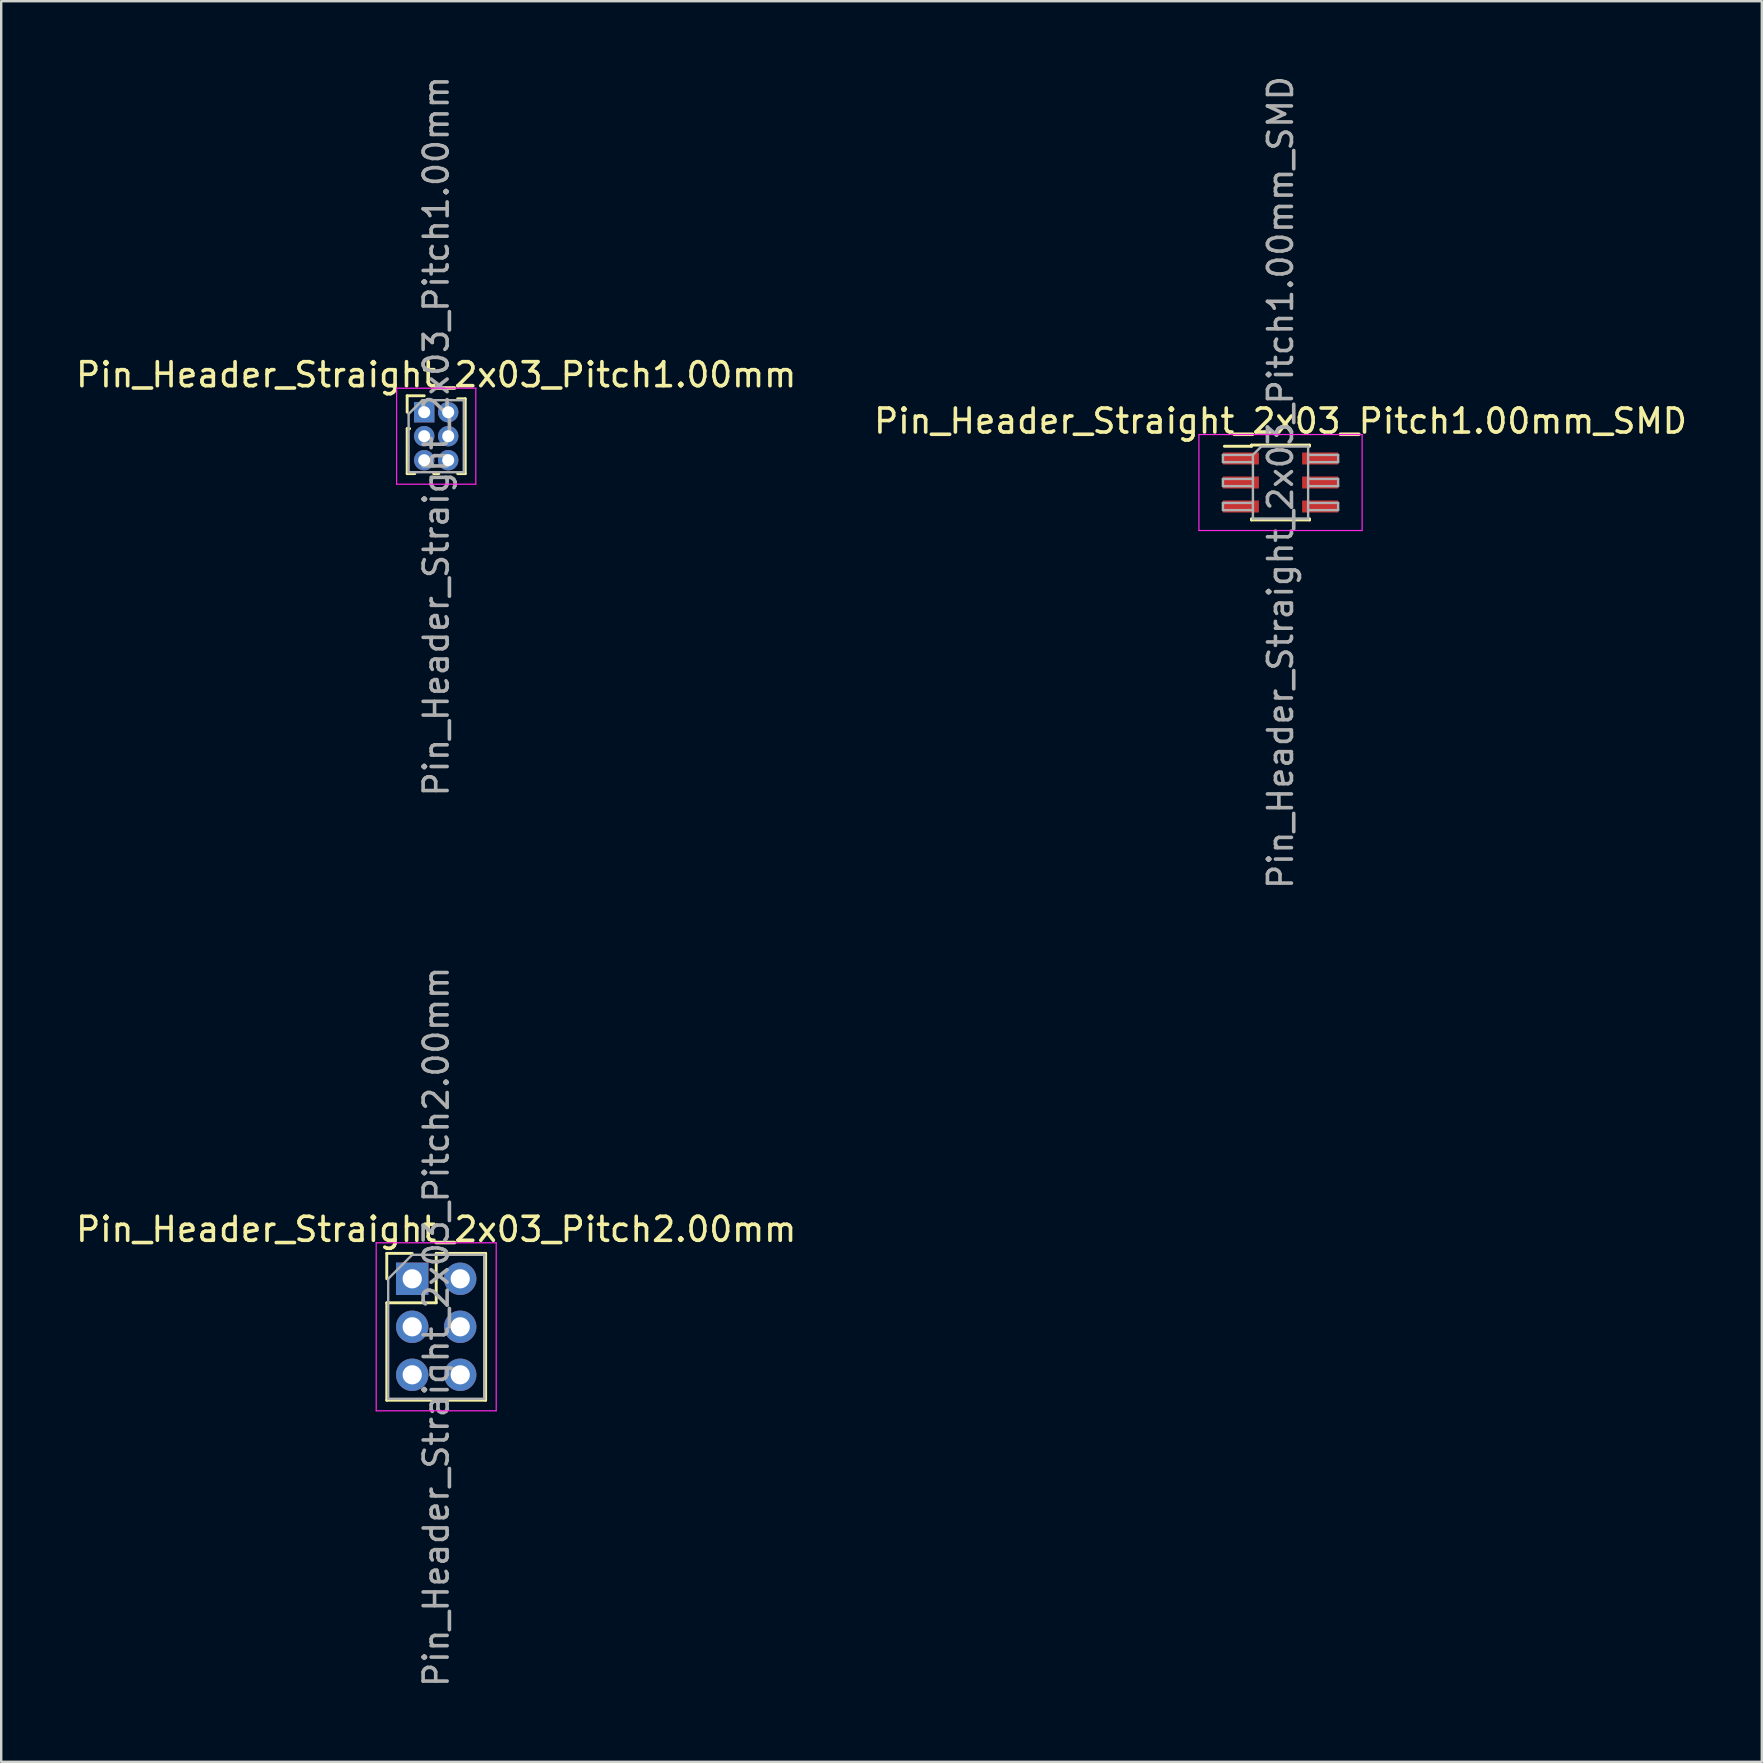
<source format=kicad_pcb>
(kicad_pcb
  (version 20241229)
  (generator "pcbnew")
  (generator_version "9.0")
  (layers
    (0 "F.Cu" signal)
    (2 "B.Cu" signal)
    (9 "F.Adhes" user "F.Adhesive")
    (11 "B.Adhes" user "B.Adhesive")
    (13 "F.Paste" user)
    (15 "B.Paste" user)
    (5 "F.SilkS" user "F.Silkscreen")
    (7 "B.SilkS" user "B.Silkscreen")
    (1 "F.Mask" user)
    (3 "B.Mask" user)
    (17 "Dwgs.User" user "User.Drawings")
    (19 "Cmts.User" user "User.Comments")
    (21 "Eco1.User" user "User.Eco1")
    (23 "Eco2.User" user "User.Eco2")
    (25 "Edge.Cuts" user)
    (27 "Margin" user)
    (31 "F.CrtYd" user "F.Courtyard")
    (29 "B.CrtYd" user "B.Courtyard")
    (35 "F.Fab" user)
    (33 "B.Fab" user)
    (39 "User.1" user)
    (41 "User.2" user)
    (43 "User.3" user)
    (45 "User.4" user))
  (footprint "Pin_Header_Straight_2x03_Pitch2.00mm"
    (layer "F.Cu")
    (at 14.125 50.232)
    (property "Reference" "Pin_Header_Straight_2x03_Pitch2.00mm" (at 1 -2.06 0) (layer "F.SilkS") (effects (font (size 1 1) (thickness 0.15))))
    (attr through_hole)
    (fp_line (start -1.06 -1.06) (end 0 -1.06) (stroke (width 0.12) (type solid)) (layer "F.SilkS"))
    (fp_line (start -1.06 0) (end -1.06 -1.06) (stroke (width 0.12) (type solid)) (layer "F.SilkS"))
    (fp_line (start -1.06 1) (end -1.06 5.06) (stroke (width 0.12) (type solid)) (layer "F.SilkS"))
    (fp_line (start -1.06 1) (end 1 1) (stroke (width 0.12) (type solid)) (layer "F.SilkS"))
    (fp_line (start -1.06 5.06) (end 3.06 5.06) (stroke (width 0.12) (type solid)) (layer "F.SilkS"))
    (fp_line (start 1 -1.06) (end 3.06 -1.06) (stroke (width 0.12) (type solid)) (layer "F.SilkS"))
    (fp_line (start 1 1) (end 1 -1.06) (stroke (width 0.12) (type solid)) (layer "F.SilkS"))
    (fp_line (start 3.06 -1.06) (end 3.06 5.06) (stroke (width 0.12) (type solid)) (layer "F.SilkS"))
    (fp_line (start -1.5 -1.5) (end -1.5 5.5) (stroke (width 0.05) (type solid)) (layer "F.CrtYd"))
    (fp_line (start -1.5 5.5) (end 3.5 5.5) (stroke (width 0.05) (type solid)) (layer "F.CrtYd"))
    (fp_line (start 3.5 -1.5) (end -1.5 -1.5) (stroke (width 0.05) (type solid)) (layer "F.CrtYd"))
    (fp_line (start 3.5 5.5) (end 3.5 -1.5) (stroke (width 0.05) (type solid)) (layer "F.CrtYd"))
    (fp_line (start -1 0) (end 0 -1) (stroke (width 0.1) (type solid)) (layer "F.Fab"))
    (fp_line (start -1 5) (end -1 0) (stroke (width 0.1) (type solid)) (layer "F.Fab"))
    (fp_line (start 0 -1) (end 3 -1) (stroke (width 0.1) (type solid)) (layer "F.Fab"))
    (fp_line (start 3 -1) (end 3 5) (stroke (width 0.1) (type solid)) (layer "F.Fab"))
    (fp_line (start 3 5) (end -1 5) (stroke (width 0.1) (type solid)) (layer "F.Fab"))
    (fp_text user "${REFERENCE}" (at 1 2 90) (layer "F.Fab") (effects (font (size 1 1) (thickness 0.15))))
    (pad "1" thru_hole rect (at 0 0) (size 1.35 1.35) (drill 0.8) (layers "*.Cu" "*.Mask"))
    (pad "2" thru_hole oval (at 2 0) (size 1.35 1.35) (drill 0.8) (layers "*.Cu" "*.Mask"))
    (pad "3" thru_hole oval (at 0 2) (size 1.35 1.35) (drill 0.8) (layers "*.Cu" "*.Mask"))
    (pad "4" thru_hole oval (at 2 2) (size 1.35 1.35) (drill 0.8) (layers "*.Cu" "*.Mask"))
    (pad "5" thru_hole oval (at 0 4) (size 1.35 1.35) (drill 0.8) (layers "*.Cu" "*.Mask"))
    (pad "6" thru_hole oval (at 2 4) (size 1.35 1.35) (drill 0.8) (layers "*.Cu" "*.Mask")))
  (footprint "Pin_Header_Straight_2x03_Pitch1.00mm"
    (layer "F.Cu")
    (at 14.625 14.125)
    (property "Reference" "Pin_Header_Straight_2x03_Pitch1.00mm" (at 0.5 -1.56 0) (layer "F.SilkS") (effects (font (size 1 1) (thickness 0.15))))
    (attr through_hole)
    (fp_line (start -0.71 -0.685) (end 0 -0.685) (stroke (width 0.12) (type solid)) (layer "F.SilkS"))
    (fp_line (start -0.71 0) (end -0.71 -0.685) (stroke (width 0.12) (type solid)) (layer "F.SilkS"))
    (fp_line (start -0.71 0.685) (end -0.71 2.56) (stroke (width 0.12) (type solid)) (layer "F.SilkS"))
    (fp_line (start -0.71 0.685) (end -0.608 0.685) (stroke (width 0.12) (type solid)) (layer "F.SilkS"))
    (fp_line (start -0.71 2.56) (end -0.394 2.56) (stroke (width 0.12) (type solid)) (layer "F.SilkS"))
    (fp_line (start 0.394 2.56) (end 0.606 2.56) (stroke (width 0.12) (type solid)) (layer "F.SilkS"))
    (fp_line (start 1.394 -0.56) (end 1.71 -0.56) (stroke (width 0.12) (type solid)) (layer "F.SilkS"))
    (fp_line (start 1.394 2.56) (end 1.71 2.56) (stroke (width 0.12) (type solid)) (layer "F.SilkS"))
    (fp_line (start 1.71 -0.56) (end 1.71 2.56) (stroke (width 0.12) (type solid)) (layer "F.SilkS"))
    (fp_line (start -1.15 -1) (end -1.15 3) (stroke (width 0.05) (type solid)) (layer "F.CrtYd"))
    (fp_line (start -1.15 3) (end 2.15 3) (stroke (width 0.05) (type solid)) (layer "F.CrtYd"))
    (fp_line (start 2.15 -1) (end -1.15 -1) (stroke (width 0.05) (type solid)) (layer "F.CrtYd"))
    (fp_line (start 2.15 3) (end 2.15 -1) (stroke (width 0.05) (type solid)) (layer "F.CrtYd"))
    (fp_line (start -0.65 0.075) (end -0.075 -0.5) (stroke (width 0.1) (type solid)) (layer "F.Fab"))
    (fp_line (start -0.65 2.5) (end -0.65 0.075) (stroke (width 0.1) (type solid)) (layer "F.Fab"))
    (fp_line (start -0.075 -0.5) (end 1.65 -0.5) (stroke (width 0.1) (type solid)) (layer "F.Fab"))
    (fp_line (start 1.65 -0.5) (end 1.65 2.5) (stroke (width 0.1) (type solid)) (layer "F.Fab"))
    (fp_line (start 1.65 2.5) (end -0.65 2.5) (stroke (width 0.1) (type solid)) (layer "F.Fab"))
    (fp_text user "${REFERENCE}" (at 0.5 1 90) (layer "F.Fab") (effects (font (size 1 1) (thickness 0.15))))
    (pad "1" thru_hole rect (at 0 0) (size 0.85 0.85) (drill 0.5) (layers "*.Cu" "*.Mask"))
    (pad "2" thru_hole oval (at 1 0) (size 0.85 0.85) (drill 0.5) (layers "*.Cu" "*.Mask"))
    (pad "3" thru_hole oval (at 0 1) (size 0.85 0.85) (drill 0.5) (layers "*.Cu" "*.Mask"))
    (pad "4" thru_hole oval (at 1 1) (size 0.85 0.85) (drill 0.5) (layers "*.Cu" "*.Mask"))
    (pad "5" thru_hole oval (at 0 2) (size 0.85 0.85) (drill 0.5) (layers "*.Cu" "*.Mask"))
    (pad "6" thru_hole oval (at 1 2) (size 0.85 0.85) (drill 0.5) (layers "*.Cu" "*.Mask")))
  (footprint "Pin_Header_Straight_2x03_Pitch1.00mm_SMD"
    (layer "F.Cu")
    (at 50.304 17.054)
    (property "Reference" "Pin_Header_Straight_2x03_Pitch1.00mm_SMD" (at 0 -2.56 0) (layer "F.SilkS") (effects (font (size 1 1) (thickness 0.15))))
    (attr smd)
    (fp_line (start -2.34 -1.51) (end -1.21 -1.51) (stroke (width 0.12) (type solid)) (layer "F.SilkS"))
    (fp_line (start -1.21 -1.56) (end -1.21 -1.51) (stroke (width 0.12) (type solid)) (layer "F.SilkS"))
    (fp_line (start -1.21 -1.56) (end 1.21 -1.56) (stroke (width 0.12) (type solid)) (layer "F.SilkS"))
    (fp_line (start -1.21 1.51) (end -1.21 1.56) (stroke (width 0.12) (type solid)) (layer "F.SilkS"))
    (fp_line (start -1.21 1.56) (end 1.21 1.56) (stroke (width 0.12) (type solid)) (layer "F.SilkS"))
    (fp_line (start 1.21 -1.56) (end 1.21 -1.51) (stroke (width 0.12) (type solid)) (layer "F.SilkS"))
    (fp_line (start 1.21 1.51) (end 1.21 1.56) (stroke (width 0.12) (type solid)) (layer "F.SilkS"))
    (fp_line (start -3.4 -2) (end -3.4 2) (stroke (width 0.05) (type solid)) (layer "F.CrtYd"))
    (fp_line (start -3.4 2) (end 3.4 2) (stroke (width 0.05) (type solid)) (layer "F.CrtYd"))
    (fp_line (start 3.4 -2) (end -3.4 -2) (stroke (width 0.05) (type solid)) (layer "F.CrtYd"))
    (fp_line (start 3.4 2) (end 3.4 -2) (stroke (width 0.05) (type solid)) (layer "F.CrtYd"))
    (fp_line (start -2.4 -1.15) (end -2.4 -0.85) (stroke (width 0.1) (type solid)) (layer "F.Fab"))
    (fp_line (start -2.4 -0.85) (end -1.15 -0.85) (stroke (width 0.1) (type solid)) (layer "F.Fab"))
    (fp_line (start -2.4 -0.15) (end -2.4 0.15) (stroke (width 0.1) (type solid)) (layer "F.Fab"))
    (fp_line (start -2.4 0.15) (end -1.15 0.15) (stroke (width 0.1) (type solid)) (layer "F.Fab"))
    (fp_line (start -2.4 0.85) (end -2.4 1.15) (stroke (width 0.1) (type solid)) (layer "F.Fab"))
    (fp_line (start -2.4 1.15) (end -1.15 1.15) (stroke (width 0.1) (type solid)) (layer "F.Fab"))
    (fp_line (start -1.15 -1.15) (end -2.4 -1.15) (stroke (width 0.1) (type solid)) (layer "F.Fab"))
    (fp_line (start -1.15 -1.15) (end -0.8 -1.5) (stroke (width 0.1) (type solid)) (layer "F.Fab"))
    (fp_line (start -1.15 -0.15) (end -2.4 -0.15) (stroke (width 0.1) (type solid)) (layer "F.Fab"))
    (fp_line (start -1.15 0.85) (end -2.4 0.85) (stroke (width 0.1) (type solid)) (layer "F.Fab"))
    (fp_line (start -1.15 1.5) (end -1.15 -1.15) (stroke (width 0.1) (type solid)) (layer "F.Fab"))
    (fp_line (start -0.8 -1.5) (end 1.15 -1.5) (stroke (width 0.1) (type solid)) (layer "F.Fab"))
    (fp_line (start 1.15 -1.5) (end 1.15 1.5) (stroke (width 0.1) (type solid)) (layer "F.Fab"))
    (fp_line (start 1.15 -1.15) (end 2.4 -1.15) (stroke (width 0.1) (type solid)) (layer "F.Fab"))
    (fp_line (start 1.15 -0.15) (end 2.4 -0.15) (stroke (width 0.1) (type solid)) (layer "F.Fab"))
    (fp_line (start 1.15 0.85) (end 2.4 0.85) (stroke (width 0.1) (type solid)) (layer "F.Fab"))
    (fp_line (start 1.15 1.5) (end -1.15 1.5) (stroke (width 0.1) (type solid)) (layer "F.Fab"))
    (fp_line (start 2.4 -1.15) (end 2.4 -0.85) (stroke (width 0.1) (type solid)) (layer "F.Fab"))
    (fp_line (start 2.4 -0.85) (end 1.15 -0.85) (stroke (width 0.1) (type solid)) (layer "F.Fab"))
    (fp_line (start 2.4 -0.15) (end 2.4 0.15) (stroke (width 0.1) (type solid)) (layer "F.Fab"))
    (fp_line (start 2.4 0.15) (end 1.15 0.15) (stroke (width 0.1) (type solid)) (layer "F.Fab"))
    (fp_line (start 2.4 0.85) (end 2.4 1.15) (stroke (width 0.1) (type solid)) (layer "F.Fab"))
    (fp_line (start 2.4 1.15) (end 1.15 1.15) (stroke (width 0.1) (type solid)) (layer "F.Fab"))
    (fp_text user "${REFERENCE}" (at 0 0 90) (layer "F.Fab") (effects (font (size 1 1) (thickness 0.15))))
    (pad "1" smd rect (at -1.65 -1) (size 1.5 0.5) (layers "F.Cu" "F.Mask" "F.Paste"))
    (pad "2" smd rect (at 1.65 -1) (size 1.5 0.5) (layers "F.Cu" "F.Mask" "F.Paste"))
    (pad "3" smd rect (at -1.65 0) (size 1.5 0.5) (layers "F.Cu" "F.Mask" "F.Paste"))
    (pad "4" smd rect (at 1.65 0) (size 1.5 0.5) (layers "F.Cu" "F.Mask" "F.Paste"))
    (pad "5" smd rect (at -1.65 1) (size 1.5 0.5) (layers "F.Cu" "F.Mask" "F.Paste"))
    (pad "6" smd rect (at 1.65 1) (size 1.5 0.5) (layers "F.Cu" "F.Mask" "F.Paste")))
  (gr_rect
    (start -3 -3)
    (end 70.357 70.357)
    (stroke (width 0.1) (type default))
    (fill no)
    (layer "Edge.Cuts")))
</source>
